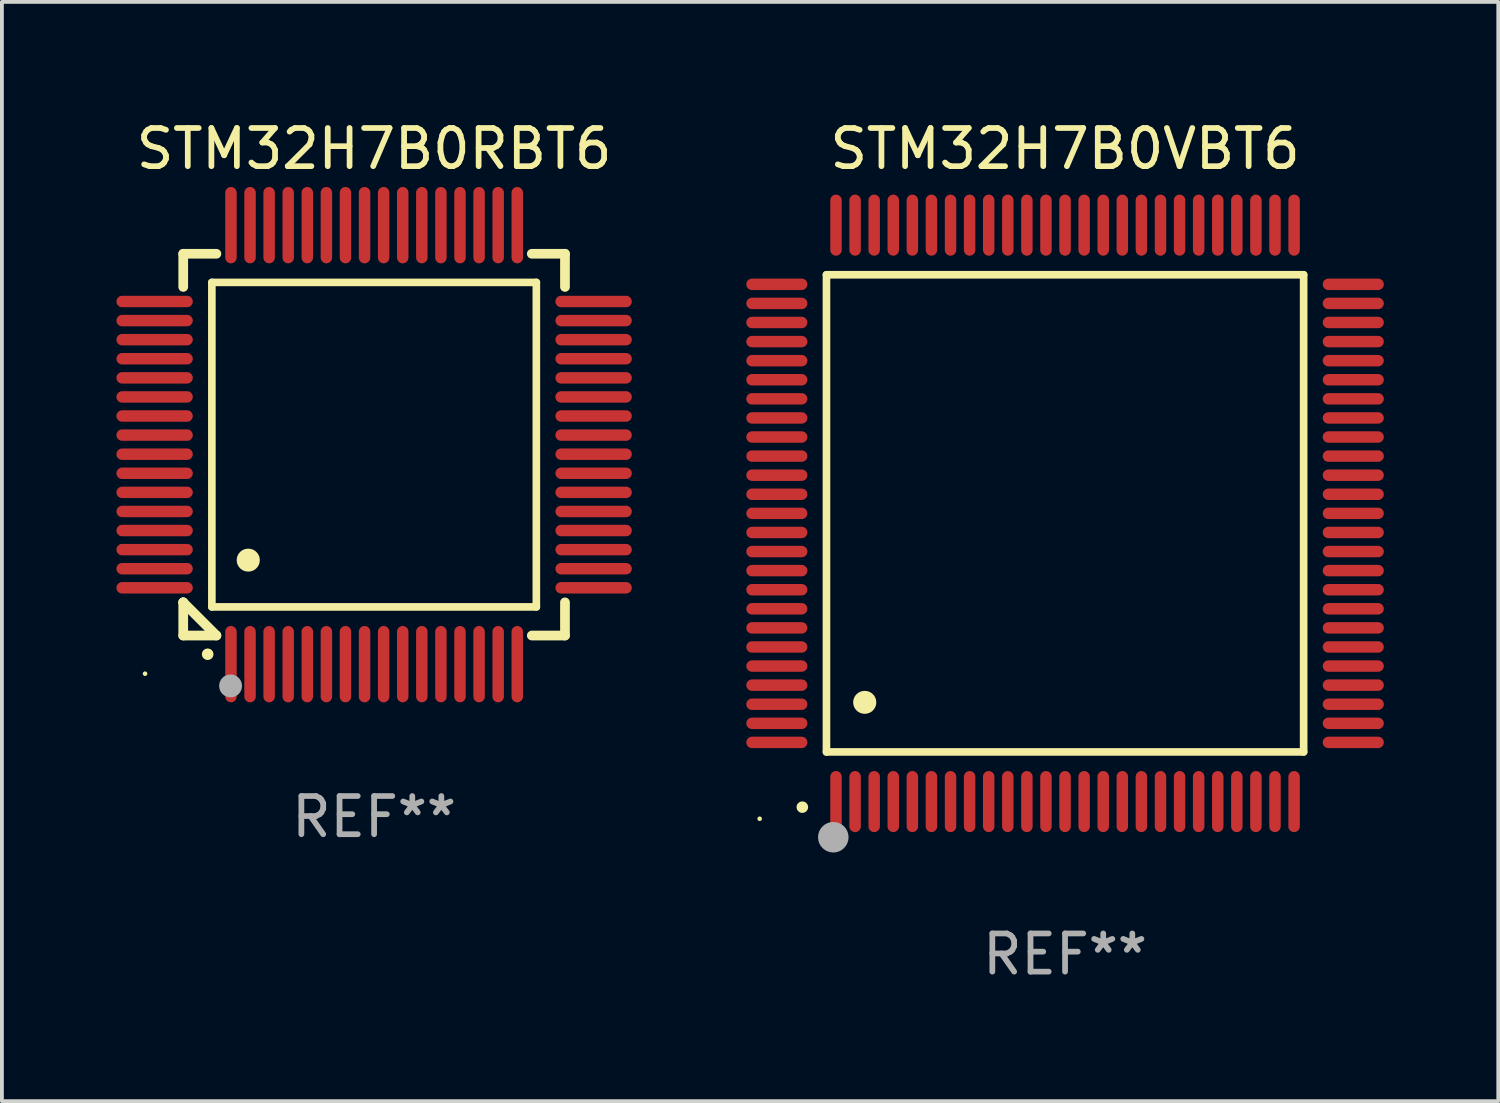
<source format=kicad_pcb>
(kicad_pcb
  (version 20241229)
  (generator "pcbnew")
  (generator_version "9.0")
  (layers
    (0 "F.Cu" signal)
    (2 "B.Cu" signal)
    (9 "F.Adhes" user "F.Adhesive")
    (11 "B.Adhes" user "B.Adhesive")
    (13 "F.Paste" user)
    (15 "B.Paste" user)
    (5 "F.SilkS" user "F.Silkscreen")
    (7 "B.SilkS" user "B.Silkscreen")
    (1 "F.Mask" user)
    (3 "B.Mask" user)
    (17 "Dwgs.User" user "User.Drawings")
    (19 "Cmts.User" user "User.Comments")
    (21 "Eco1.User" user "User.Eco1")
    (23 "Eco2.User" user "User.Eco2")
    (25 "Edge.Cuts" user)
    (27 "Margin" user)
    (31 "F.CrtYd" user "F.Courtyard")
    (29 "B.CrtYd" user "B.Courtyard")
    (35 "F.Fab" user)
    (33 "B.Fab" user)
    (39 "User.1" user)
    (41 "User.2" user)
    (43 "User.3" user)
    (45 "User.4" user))
  (footprint "STM32H7B0VBT6"
    (layer "F.Cu")
    (at 24.85 10.398)
    (property "Reference" "STM32H7B0VBT6" (at 0 -9.55 0) (layer "F.SilkS") (effects (font (size 1 1) (thickness 0.15))))
    (attr through_hole)
    (fp_line (start -6.25 -6.25) (end -6.25 6.25) (stroke (width 0.2) (type solid)) (layer "F.SilkS"))
    (fp_line (start -6.25 6.25) (end 6.25 6.25) (stroke (width 0.2) (type solid)) (layer "F.SilkS"))
    (fp_line (start 6.25 -6.25) (end -6.25 -6.25) (stroke (width 0.2) (type solid)) (layer "F.SilkS"))
    (fp_line (start 6.25 6.25) (end 6.25 -6.25) (stroke (width 0.2) (type solid)) (layer "F.SilkS"))
    (fp_arc (start -6.883414 7.696215) (mid -6.882144 7.69621) (end -6.880874 7.696215) (stroke (width 0.3) (type solid)) (layer "F.SilkS"))
    (fp_arc (start -5.250191 4.95047) (mid -5.247651 4.950459) (end -5.245111 4.95047) (stroke (width 0.6) (type solid)) (layer "F.SilkS"))
    (fp_circle (center -8 8) (end -7.97 8) (stroke (width 0.06) (type solid)) (fill no) (layer "F.SilkS"))
    (fp_circle (center -6.071 8.484) (end -5.871 8.484) (stroke (width 0.4) (type solid)) (fill no) (layer "F.Fab"))
    (fp_text user "REF**" (at 0 11.55 0) (layer "F.Fab") (effects (font (size 1 1) (thickness 0.15))))
    (pad "1" smd oval (at -6 7.55) (size 0.3 1.6) (layers "F.Cu" "F.Mask" "F.Paste"))
    (pad "2" smd oval (at -5.5 7.55) (size 0.3 1.6) (layers "F.Cu" "F.Mask" "F.Paste"))
    (pad "3" smd oval (at -5 7.55) (size 0.3 1.6) (layers "F.Cu" "F.Mask" "F.Paste"))
    (pad "4" smd oval (at -4.5 7.55) (size 0.3 1.6) (layers "F.Cu" "F.Mask" "F.Paste"))
    (pad "5" smd oval (at -4 7.55) (size 0.3 1.6) (layers "F.Cu" "F.Mask" "F.Paste"))
    (pad "6" smd oval (at -3.5 7.55) (size 0.3 1.6) (layers "F.Cu" "F.Mask" "F.Paste"))
    (pad "7" smd oval (at -3 7.55) (size 0.3 1.6) (layers "F.Cu" "F.Mask" "F.Paste"))
    (pad "8" smd oval (at -2.5 7.55) (size 0.3 1.6) (layers "F.Cu" "F.Mask" "F.Paste"))
    (pad "9" smd oval (at -2 7.55) (size 0.3 1.6) (layers "F.Cu" "F.Mask" "F.Paste"))
    (pad "10" smd oval (at -1.5 7.55) (size 0.3 1.6) (layers "F.Cu" "F.Mask" "F.Paste"))
    (pad "11" smd oval (at -1 7.55) (size 0.3 1.6) (layers "F.Cu" "F.Mask" "F.Paste"))
    (pad "12" smd oval (at -0.5 7.55) (size 0.3 1.6) (layers "F.Cu" "F.Mask" "F.Paste"))
    (pad "13" smd oval (at 0 7.55) (size 0.3 1.6) (layers "F.Cu" "F.Mask" "F.Paste"))
    (pad "14" smd oval (at 0.5 7.55) (size 0.3 1.6) (layers "F.Cu" "F.Mask" "F.Paste"))
    (pad "15" smd oval (at 1 7.55) (size 0.3 1.6) (layers "F.Cu" "F.Mask" "F.Paste"))
    (pad "16" smd oval (at 1.5 7.55) (size 0.3 1.6) (layers "F.Cu" "F.Mask" "F.Paste"))
    (pad "17" smd oval (at 2 7.55) (size 0.3 1.6) (layers "F.Cu" "F.Mask" "F.Paste"))
    (pad "18" smd oval (at 2.5 7.55) (size 0.3 1.6) (layers "F.Cu" "F.Mask" "F.Paste"))
    (pad "19" smd oval (at 3 7.55) (size 0.3 1.6) (layers "F.Cu" "F.Mask" "F.Paste"))
    (pad "20" smd oval (at 3.5 7.55) (size 0.3 1.6) (layers "F.Cu" "F.Mask" "F.Paste"))
    (pad "21" smd oval (at 4 7.55) (size 0.3 1.6) (layers "F.Cu" "F.Mask" "F.Paste"))
    (pad "22" smd oval (at 4.5 7.55) (size 0.3 1.6) (layers "F.Cu" "F.Mask" "F.Paste"))
    (pad "23" smd oval (at 5 7.55) (size 0.3 1.6) (layers "F.Cu" "F.Mask" "F.Paste"))
    (pad "24" smd oval (at 5.5 7.55) (size 0.3 1.6) (layers "F.Cu" "F.Mask" "F.Paste"))
    (pad "25" smd oval (at 6 7.55) (size 0.3 1.6) (layers "F.Cu" "F.Mask" "F.Paste"))
    (pad "26" smd oval (at 7.55 6) (size 1.6 0.3) (layers "F.Cu" "F.Mask" "F.Paste"))
    (pad "27" smd oval (at 7.55 5.5) (size 1.6 0.3) (layers "F.Cu" "F.Mask" "F.Paste"))
    (pad "28" smd oval (at 7.55 5) (size 1.6 0.3) (layers "F.Cu" "F.Mask" "F.Paste"))
    (pad "29" smd oval (at 7.55 4.5) (size 1.6 0.3) (layers "F.Cu" "F.Mask" "F.Paste"))
    (pad "30" smd oval (at 7.55 4) (size 1.6 0.3) (layers "F.Cu" "F.Mask" "F.Paste"))
    (pad "31" smd oval (at 7.55 3.5) (size 1.6 0.3) (layers "F.Cu" "F.Mask" "F.Paste"))
    (pad "32" smd oval (at 7.55 3) (size 1.6 0.3) (layers "F.Cu" "F.Mask" "F.Paste"))
    (pad "33" smd oval (at 7.55 2.5) (size 1.6 0.3) (layers "F.Cu" "F.Mask" "F.Paste"))
    (pad "34" smd oval (at 7.55 2) (size 1.6 0.3) (layers "F.Cu" "F.Mask" "F.Paste"))
    (pad "35" smd oval (at 7.55 1.5) (size 1.6 0.3) (layers "F.Cu" "F.Mask" "F.Paste"))
    (pad "36" smd oval (at 7.55 1) (size 1.6 0.3) (layers "F.Cu" "F.Mask" "F.Paste"))
    (pad "37" smd oval (at 7.55 0.5) (size 1.6 0.3) (layers "F.Cu" "F.Mask" "F.Paste"))
    (pad "38" smd oval (at 7.55 0) (size 1.6 0.3) (layers "F.Cu" "F.Mask" "F.Paste"))
    (pad "39" smd oval (at 7.55 -0.5) (size 1.6 0.3) (layers "F.Cu" "F.Mask" "F.Paste"))
    (pad "40" smd oval (at 7.55 -1) (size 1.6 0.3) (layers "F.Cu" "F.Mask" "F.Paste"))
    (pad "41" smd oval (at 7.55 -1.5) (size 1.6 0.3) (layers "F.Cu" "F.Mask" "F.Paste"))
    (pad "42" smd oval (at 7.55 -2) (size 1.6 0.3) (layers "F.Cu" "F.Mask" "F.Paste"))
    (pad "43" smd oval (at 7.55 -2.5) (size 1.6 0.3) (layers "F.Cu" "F.Mask" "F.Paste"))
    (pad "44" smd oval (at 7.55 -3) (size 1.6 0.3) (layers "F.Cu" "F.Mask" "F.Paste"))
    (pad "45" smd oval (at 7.55 -3.5) (size 1.6 0.3) (layers "F.Cu" "F.Mask" "F.Paste"))
    (pad "46" smd oval (at 7.55 -4) (size 1.6 0.3) (layers "F.Cu" "F.Mask" "F.Paste"))
    (pad "47" smd oval (at 7.55 -4.5) (size 1.6 0.3) (layers "F.Cu" "F.Mask" "F.Paste"))
    (pad "48" smd oval (at 7.55 -5) (size 1.6 0.3) (layers "F.Cu" "F.Mask" "F.Paste"))
    (pad "49" smd oval (at 7.55 -5.5) (size 1.6 0.3) (layers "F.Cu" "F.Mask" "F.Paste"))
    (pad "50" smd oval (at 7.55 -6) (size 1.6 0.3) (layers "F.Cu" "F.Mask" "F.Paste"))
    (pad "51" smd oval (at 6 -7.55) (size 0.3 1.6) (layers "F.Cu" "F.Mask" "F.Paste"))
    (pad "52" smd oval (at 5.5 -7.55) (size 0.3 1.6) (layers "F.Cu" "F.Mask" "F.Paste"))
    (pad "53" smd oval (at 5 -7.55) (size 0.3 1.6) (layers "F.Cu" "F.Mask" "F.Paste"))
    (pad "54" smd oval (at 4.5 -7.55) (size 0.3 1.6) (layers "F.Cu" "F.Mask" "F.Paste"))
    (pad "55" smd oval (at 4 -7.55) (size 0.3 1.6) (layers "F.Cu" "F.Mask" "F.Paste"))
    (pad "56" smd oval (at 3.5 -7.55) (size 0.3 1.6) (layers "F.Cu" "F.Mask" "F.Paste"))
    (pad "57" smd oval (at 3 -7.55) (size 0.3 1.6) (layers "F.Cu" "F.Mask" "F.Paste"))
    (pad "58" smd oval (at 2.5 -7.55) (size 0.3 1.6) (layers "F.Cu" "F.Mask" "F.Paste"))
    (pad "59" smd oval (at 2 -7.55) (size 0.3 1.6) (layers "F.Cu" "F.Mask" "F.Paste"))
    (pad "60" smd oval (at 1.5 -7.55) (size 0.3 1.6) (layers "F.Cu" "F.Mask" "F.Paste"))
    (pad "61" smd oval (at 1 -7.55) (size 0.3 1.6) (layers "F.Cu" "F.Mask" "F.Paste"))
    (pad "62" smd oval (at 0.5 -7.55) (size 0.3 1.6) (layers "F.Cu" "F.Mask" "F.Paste"))
    (pad "63" smd oval (at 0 -7.55) (size 0.3 1.6) (layers "F.Cu" "F.Mask" "F.Paste"))
    (pad "64" smd oval (at -0.5 -7.55) (size 0.3 1.6) (layers "F.Cu" "F.Mask" "F.Paste"))
    (pad "65" smd oval (at -1 -7.55) (size 0.3 1.6) (layers "F.Cu" "F.Mask" "F.Paste"))
    (pad "66" smd oval (at -1.5 -7.55) (size 0.3 1.6) (layers "F.Cu" "F.Mask" "F.Paste"))
    (pad "67" smd oval (at -2 -7.55) (size 0.3 1.6) (layers "F.Cu" "F.Mask" "F.Paste"))
    (pad "68" smd oval (at -2.5 -7.55) (size 0.3 1.6) (layers "F.Cu" "F.Mask" "F.Paste"))
    (pad "69" smd oval (at -3 -7.55) (size 0.3 1.6) (layers "F.Cu" "F.Mask" "F.Paste"))
    (pad "70" smd oval (at -3.5 -7.55) (size 0.3 1.6) (layers "F.Cu" "F.Mask" "F.Paste"))
    (pad "71" smd oval (at -4 -7.55) (size 0.3 1.6) (layers "F.Cu" "F.Mask" "F.Paste"))
    (pad "72" smd oval (at -4.5 -7.55) (size 0.3 1.6) (layers "F.Cu" "F.Mask" "F.Paste"))
    (pad "73" smd oval (at -5 -7.55) (size 0.3 1.6) (layers "F.Cu" "F.Mask" "F.Paste"))
    (pad "74" smd oval (at -5.5 -7.55) (size 0.3 1.6) (layers "F.Cu" "F.Mask" "F.Paste"))
    (pad "75" smd oval (at -6 -7.55) (size 0.3 1.6) (layers "F.Cu" "F.Mask" "F.Paste"))
    (pad "76" smd oval (at -7.55 -6) (size 1.6 0.3) (layers "F.Cu" "F.Mask" "F.Paste"))
    (pad "77" smd oval (at -7.55 -5.5) (size 1.6 0.3) (layers "F.Cu" "F.Mask" "F.Paste"))
    (pad "78" smd oval (at -7.55 -5) (size 1.6 0.3) (layers "F.Cu" "F.Mask" "F.Paste"))
    (pad "79" smd oval (at -7.55 -4.5) (size 1.6 0.3) (layers "F.Cu" "F.Mask" "F.Paste"))
    (pad "80" smd oval (at -7.55 -4) (size 1.6 0.3) (layers "F.Cu" "F.Mask" "F.Paste"))
    (pad "81" smd oval (at -7.55 -3.5) (size 1.6 0.3) (layers "F.Cu" "F.Mask" "F.Paste"))
    (pad "82" smd oval (at -7.55 -3) (size 1.6 0.3) (layers "F.Cu" "F.Mask" "F.Paste"))
    (pad "83" smd oval (at -7.55 -2.5) (size 1.6 0.3) (layers "F.Cu" "F.Mask" "F.Paste"))
    (pad "84" smd oval (at -7.55 -2) (size 1.6 0.3) (layers "F.Cu" "F.Mask" "F.Paste"))
    (pad "85" smd oval (at -7.55 -1.5) (size 1.6 0.3) (layers "F.Cu" "F.Mask" "F.Paste"))
    (pad "86" smd oval (at -7.55 -1) (size 1.6 0.3) (layers "F.Cu" "F.Mask" "F.Paste"))
    (pad "87" smd oval (at -7.55 -0.5) (size 1.6 0.3) (layers "F.Cu" "F.Mask" "F.Paste"))
    (pad "88" smd oval (at -7.55 0) (size 1.6 0.3) (layers "F.Cu" "F.Mask" "F.Paste"))
    (pad "89" smd oval (at -7.55 0.5) (size 1.6 0.3) (layers "F.Cu" "F.Mask" "F.Paste"))
    (pad "90" smd oval (at -7.55 1) (size 1.6 0.3) (layers "F.Cu" "F.Mask" "F.Paste"))
    (pad "91" smd oval (at -7.55 1.5) (size 1.6 0.3) (layers "F.Cu" "F.Mask" "F.Paste"))
    (pad "92" smd oval (at -7.55 2) (size 1.6 0.3) (layers "F.Cu" "F.Mask" "F.Paste"))
    (pad "93" smd oval (at -7.55 2.5) (size 1.6 0.3) (layers "F.Cu" "F.Mask" "F.Paste"))
    (pad "94" smd oval (at -7.55 3) (size 1.6 0.3) (layers "F.Cu" "F.Mask" "F.Paste"))
    (pad "95" smd oval (at -7.55 3.5) (size 1.6 0.3) (layers "F.Cu" "F.Mask" "F.Paste"))
    (pad "96" smd oval (at -7.55 4) (size 1.6 0.3) (layers "F.Cu" "F.Mask" "F.Paste"))
    (pad "97" smd oval (at -7.55 4.5) (size 1.6 0.3) (layers "F.Cu" "F.Mask" "F.Paste"))
    (pad "98" smd oval (at -7.55 5) (size 1.6 0.3) (layers "F.Cu" "F.Mask" "F.Paste"))
    (pad "99" smd oval (at -7.55 5.5) (size 1.6 0.3) (layers "F.Cu" "F.Mask" "F.Paste"))
    (pad "100" smd oval (at -7.55 6) (size 1.6 0.3) (layers "F.Cu" "F.Mask" "F.Paste")))
  (footprint "STM32H7B0RBT6"
    (layer "F.Cu")
    (at 6.75 8.598)
    (property "Reference" "STM32H7B0RBT6" (at 0 -7.75 0) (layer "F.SilkS") (effects (font (size 1 1) (thickness 0.15))))
    (attr through_hole)
    (fp_line (start -5 -5) (end -4.131 -5) (stroke (width 0.254) (type solid)) (layer "F.SilkS"))
    (fp_line (start -5 -4.131) (end -5 -5) (stroke (width 0.254) (type solid)) (layer "F.SilkS"))
    (fp_line (start -5 4.131) (end -5 4.131) (stroke (width 0.254) (type solid)) (layer "F.SilkS"))
    (fp_line (start -5 5) (end -5 4.131) (stroke (width 0.254) (type solid)) (layer "F.SilkS"))
    (fp_line (start -5 4.131) (end -4.131 5) (stroke (width 0.254) (type solid)) (layer "F.SilkS"))
    (fp_line (start -4.25 -4.25) (end -4.25 4.25) (stroke (width 0.2) (type solid)) (layer "F.SilkS"))
    (fp_line (start -4.25 4.25) (end 4.25 4.25) (stroke (width 0.2) (type solid)) (layer "F.SilkS"))
    (fp_line (start -4.131 5) (end -5 5) (stroke (width 0.254) (type solid)) (layer "F.SilkS"))
    (fp_line (start 4.25 -4.25) (end -4.25 -4.25) (stroke (width 0.2) (type solid)) (layer "F.SilkS"))
    (fp_line (start 4.25 4.25) (end 4.25 -4.25) (stroke (width 0.2) (type solid)) (layer "F.SilkS"))
    (fp_line (start 5 -5) (end 4.131 -5) (stroke (width 0.254) (type solid)) (layer "F.SilkS"))
    (fp_line (start 5 -5) (end 5 -4.131) (stroke (width 0.254) (type solid)) (layer "F.SilkS"))
    (fp_line (start 5 4.131) (end 5 5) (stroke (width 0.254) (type solid)) (layer "F.SilkS"))
    (fp_line (start 5 5) (end 4.131 5) (stroke (width 0.254) (type solid)) (layer "F.SilkS"))
    (fp_arc (start -4.361265 5.489992) (mid -4.359995 5.489987) (end -4.358725 5.489992) (stroke (width 0.3) (type solid)) (layer "F.SilkS"))
    (fp_arc (start -3.299467 3.025146) (mid -3.296927 3.025135) (end -3.294387 3.025146) (stroke (width 0.6) (type solid)) (layer "F.SilkS"))
    (fp_circle (center -6 6) (end -5.97 6) (stroke (width 0.06) (type solid)) (fill no) (layer "F.SilkS"))
    (fp_circle (center -3.76 6.32) (end -3.61 6.32) (stroke (width 0.3) (type solid)) (fill no) (layer "F.Fab"))
    (fp_text user "REF**" (at 0 9.75 0) (layer "F.Fab") (effects (font (size 1 1) (thickness 0.15))))
    (pad "1" smd oval (at -3.75 5.75) (size 0.3 2) (layers "F.Cu" "F.Mask" "F.Paste"))
    (pad "2" smd oval (at -3.25 5.75) (size 0.3 2) (layers "F.Cu" "F.Mask" "F.Paste"))
    (pad "3" smd oval (at -2.75 5.75) (size 0.3 2) (layers "F.Cu" "F.Mask" "F.Paste"))
    (pad "4" smd oval (at -2.25 5.75) (size 0.3 2) (layers "F.Cu" "F.Mask" "F.Paste"))
    (pad "5" smd oval (at -1.75 5.75) (size 0.3 2) (layers "F.Cu" "F.Mask" "F.Paste"))
    (pad "6" smd oval (at -1.25 5.75) (size 0.3 2) (layers "F.Cu" "F.Mask" "F.Paste"))
    (pad "7" smd oval (at -0.75 5.75) (size 0.3 2) (layers "F.Cu" "F.Mask" "F.Paste"))
    (pad "8" smd oval (at -0.25 5.75) (size 0.3 2) (layers "F.Cu" "F.Mask" "F.Paste"))
    (pad "9" smd oval (at 0.25 5.75) (size 0.3 2) (layers "F.Cu" "F.Mask" "F.Paste"))
    (pad "10" smd oval (at 0.75 5.75) (size 0.3 2) (layers "F.Cu" "F.Mask" "F.Paste"))
    (pad "11" smd oval (at 1.25 5.75) (size 0.3 2) (layers "F.Cu" "F.Mask" "F.Paste"))
    (pad "12" smd oval (at 1.75 5.75) (size 0.3 2) (layers "F.Cu" "F.Mask" "F.Paste"))
    (pad "13" smd oval (at 2.25 5.75) (size 0.3 2) (layers "F.Cu" "F.Mask" "F.Paste"))
    (pad "14" smd oval (at 2.75 5.75) (size 0.3 2) (layers "F.Cu" "F.Mask" "F.Paste"))
    (pad "15" smd oval (at 3.25 5.75) (size 0.3 2) (layers "F.Cu" "F.Mask" "F.Paste"))
    (pad "16" smd oval (at 3.75 5.75) (size 0.3 2) (layers "F.Cu" "F.Mask" "F.Paste"))
    (pad "17" smd oval (at 5.75 3.75) (size 2 0.3) (layers "F.Cu" "F.Mask" "F.Paste"))
    (pad "18" smd oval (at 5.75 3.25) (size 2 0.3) (layers "F.Cu" "F.Mask" "F.Paste"))
    (pad "19" smd oval (at 5.75 2.75) (size 2 0.3) (layers "F.Cu" "F.Mask" "F.Paste"))
    (pad "20" smd oval (at 5.75 2.25) (size 2 0.3) (layers "F.Cu" "F.Mask" "F.Paste"))
    (pad "21" smd oval (at 5.75 1.75) (size 2 0.3) (layers "F.Cu" "F.Mask" "F.Paste"))
    (pad "22" smd oval (at 5.75 1.25) (size 2 0.3) (layers "F.Cu" "F.Mask" "F.Paste"))
    (pad "23" smd oval (at 5.75 0.75) (size 2 0.3) (layers "F.Cu" "F.Mask" "F.Paste"))
    (pad "24" smd oval (at 5.75 0.25) (size 2 0.3) (layers "F.Cu" "F.Mask" "F.Paste"))
    (pad "25" smd oval (at 5.75 -0.25) (size 2 0.3) (layers "F.Cu" "F.Mask" "F.Paste"))
    (pad "26" smd oval (at 5.75 -0.75) (size 2 0.3) (layers "F.Cu" "F.Mask" "F.Paste"))
    (pad "27" smd oval (at 5.75 -1.25) (size 2 0.3) (layers "F.Cu" "F.Mask" "F.Paste"))
    (pad "28" smd oval (at 5.75 -1.75) (size 2 0.3) (layers "F.Cu" "F.Mask" "F.Paste"))
    (pad "29" smd oval (at 5.75 -2.25) (size 2 0.3) (layers "F.Cu" "F.Mask" "F.Paste"))
    (pad "30" smd oval (at 5.75 -2.75) (size 2 0.3) (layers "F.Cu" "F.Mask" "F.Paste"))
    (pad "31" smd oval (at 5.75 -3.25) (size 2 0.3) (layers "F.Cu" "F.Mask" "F.Paste"))
    (pad "32" smd oval (at 5.75 -3.75) (size 2 0.3) (layers "F.Cu" "F.Mask" "F.Paste"))
    (pad "33" smd oval (at 3.75 -5.75) (size 0.3 2) (layers "F.Cu" "F.Mask" "F.Paste"))
    (pad "34" smd oval (at 3.25 -5.75) (size 0.3 2) (layers "F.Cu" "F.Mask" "F.Paste"))
    (pad "35" smd oval (at 2.75 -5.75) (size 0.3 2) (layers "F.Cu" "F.Mask" "F.Paste"))
    (pad "36" smd oval (at 2.25 -5.75) (size 0.3 2) (layers "F.Cu" "F.Mask" "F.Paste"))
    (pad "37" smd oval (at 1.75 -5.75) (size 0.3 2) (layers "F.Cu" "F.Mask" "F.Paste"))
    (pad "38" smd oval (at 1.25 -5.75) (size 0.3 2) (layers "F.Cu" "F.Mask" "F.Paste"))
    (pad "39" smd oval (at 0.75 -5.75) (size 0.3 2) (layers "F.Cu" "F.Mask" "F.Paste"))
    (pad "40" smd oval (at 0.25 -5.75) (size 0.3 2) (layers "F.Cu" "F.Mask" "F.Paste"))
    (pad "41" smd oval (at -0.25 -5.75) (size 0.3 2) (layers "F.Cu" "F.Mask" "F.Paste"))
    (pad "42" smd oval (at -0.75 -5.75) (size 0.3 2) (layers "F.Cu" "F.Mask" "F.Paste"))
    (pad "43" smd oval (at -1.25 -5.75) (size 0.3 2) (layers "F.Cu" "F.Mask" "F.Paste"))
    (pad "44" smd oval (at -1.75 -5.75) (size 0.3 2) (layers "F.Cu" "F.Mask" "F.Paste"))
    (pad "45" smd oval (at -2.25 -5.75) (size 0.3 2) (layers "F.Cu" "F.Mask" "F.Paste"))
    (pad "46" smd oval (at -2.75 -5.75) (size 0.3 2) (layers "F.Cu" "F.Mask" "F.Paste"))
    (pad "47" smd oval (at -3.25 -5.75) (size 0.3 2) (layers "F.Cu" "F.Mask" "F.Paste"))
    (pad "48" smd oval (at -3.75 -5.75) (size 0.3 2) (layers "F.Cu" "F.Mask" "F.Paste"))
    (pad "49" smd oval (at -5.75 -3.75) (size 2 0.3) (layers "F.Cu" "F.Mask" "F.Paste"))
    (pad "50" smd oval (at -5.75 -3.25) (size 2 0.3) (layers "F.Cu" "F.Mask" "F.Paste"))
    (pad "51" smd oval (at -5.75 -2.75) (size 2 0.3) (layers "F.Cu" "F.Mask" "F.Paste"))
    (pad "52" smd oval (at -5.75 -2.25) (size 2 0.3) (layers "F.Cu" "F.Mask" "F.Paste"))
    (pad "53" smd oval (at -5.75 -1.75) (size 2 0.3) (layers "F.Cu" "F.Mask" "F.Paste"))
    (pad "54" smd oval (at -5.75 -1.25) (size 2 0.3) (layers "F.Cu" "F.Mask" "F.Paste"))
    (pad "55" smd oval (at -5.75 -0.75) (size 2 0.3) (layers "F.Cu" "F.Mask" "F.Paste"))
    (pad "56" smd oval (at -5.75 -0.25) (size 2 0.3) (layers "F.Cu" "F.Mask" "F.Paste"))
    (pad "57" smd oval (at -5.75 0.25) (size 2 0.3) (layers "F.Cu" "F.Mask" "F.Paste"))
    (pad "58" smd oval (at -5.75 0.75) (size 2 0.3) (layers "F.Cu" "F.Mask" "F.Paste"))
    (pad "59" smd oval (at -5.75 1.25) (size 2 0.3) (layers "F.Cu" "F.Mask" "F.Paste"))
    (pad "60" smd oval (at -5.75 1.75) (size 2 0.3) (layers "F.Cu" "F.Mask" "F.Paste"))
    (pad "61" smd oval (at -5.75 2.25) (size 2 0.3) (layers "F.Cu" "F.Mask" "F.Paste"))
    (pad "62" smd oval (at -5.75 2.75) (size 2 0.3) (layers "F.Cu" "F.Mask" "F.Paste"))
    (pad "63" smd oval (at -5.75 3.25) (size 2 0.3) (layers "F.Cu" "F.Mask" "F.Paste"))
    (pad "64" smd oval (at -5.75 3.75) (size 2 0.3) (layers "F.Cu" "F.Mask" "F.Paste")))
  (gr_rect
    (start -3 -3)
    (end 36.199 25.796)
    (stroke (width 0.1) (type default))
    (fill no)
    (layer "Edge.Cuts")))
</source>
